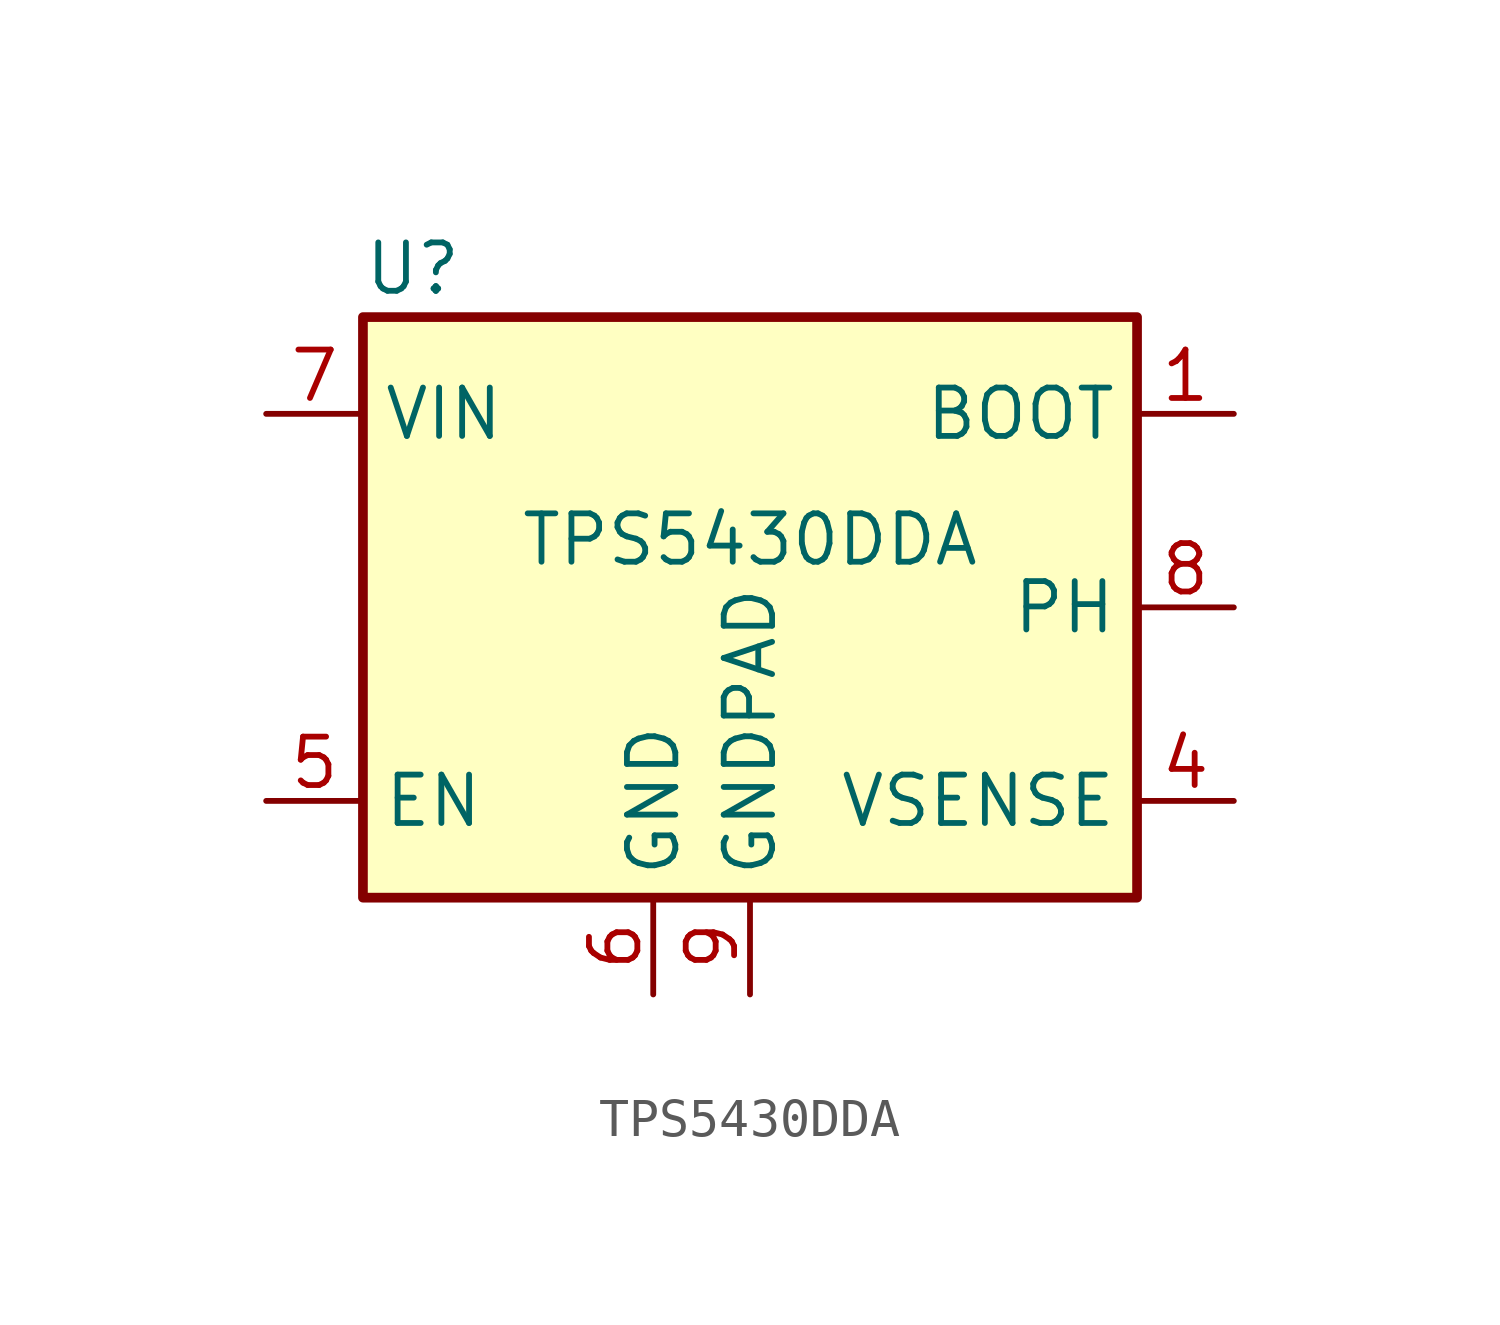
<source format=kicad_sym>
(kicad_symbol_lib
  (version 20211014)
  (generator kicad_symbol_editor)
  (symbol "TPS5430DDA"
    (property "Reference" "U"
      (at -10.16 8.89 0)
      (effects (font (size 1.27 1.27)) (justify left)))
    (property "Value" "TPS5430DDA"
      (at 0 1.778 0)
      (effects (font (size 1.27 1.27))))
    (symbol "TPS5430DDA_0_1"
      (rectangle (start -10.16 7.62) (end 10.16 -7.62) (stroke (width 0.254) (type default) (color 0 0 0 0)) (fill (type background))))
    (symbol "TPS5430DDA_1_1"
      (pin input line (at 12.7 5.08 180) (length 2.54) (name "BOOT" (effects (font (size 1.27 1.27)))) (number "1" (effects (font (size 1.27 1.27)))))
      (pin no_connect line (at -10.16 2.54 0) (length 2.54) hide (name "NC" (effects (font (size 1.27 1.27)))) (number "2" (effects (font (size 1.27 1.27)))))
      (pin no_connect line (at -10.16 -2.54 0) (length 2.54) hide (name "NC" (effects (font (size 1.27 1.27)))) (number "3" (effects (font (size 1.27 1.27)))))
      (pin input line (at 12.7 -5.08 180) (length 2.54) (name "VSENSE" (effects (font (size 1.27 1.27)))) (number "4" (effects (font (size 1.27 1.27)))))
      (pin input line (at -12.7 -5.08 0) (length 2.54) (name "EN" (effects (font (size 1.27 1.27)))) (number "5" (effects (font (size 1.27 1.27)))))
      (pin power_in line (at -2.54 -10.16 90) (length 2.54) (name "GND" (effects (font (size 1.27 1.27)))) (number "6" (effects (font (size 1.27 1.27)))))
      (pin power_in line (at -12.7 5.08 0) (length 2.54) (name "VIN" (effects (font (size 1.27 1.27)))) (number "7" (effects (font (size 1.27 1.27)))))
      (pin output line (at 12.7 0 180) (length 2.54) (name "PH" (effects (font (size 1.27 1.27)))) (number "8" (effects (font (size 1.27 1.27)))))
      (pin power_in line (at 0 -10.16 90) (length 2.54) (name "GNDPAD" (effects (font (size 1.27 1.27)))) (number "9" (effects (font (size 1.27 1.27))))))))
</source>
